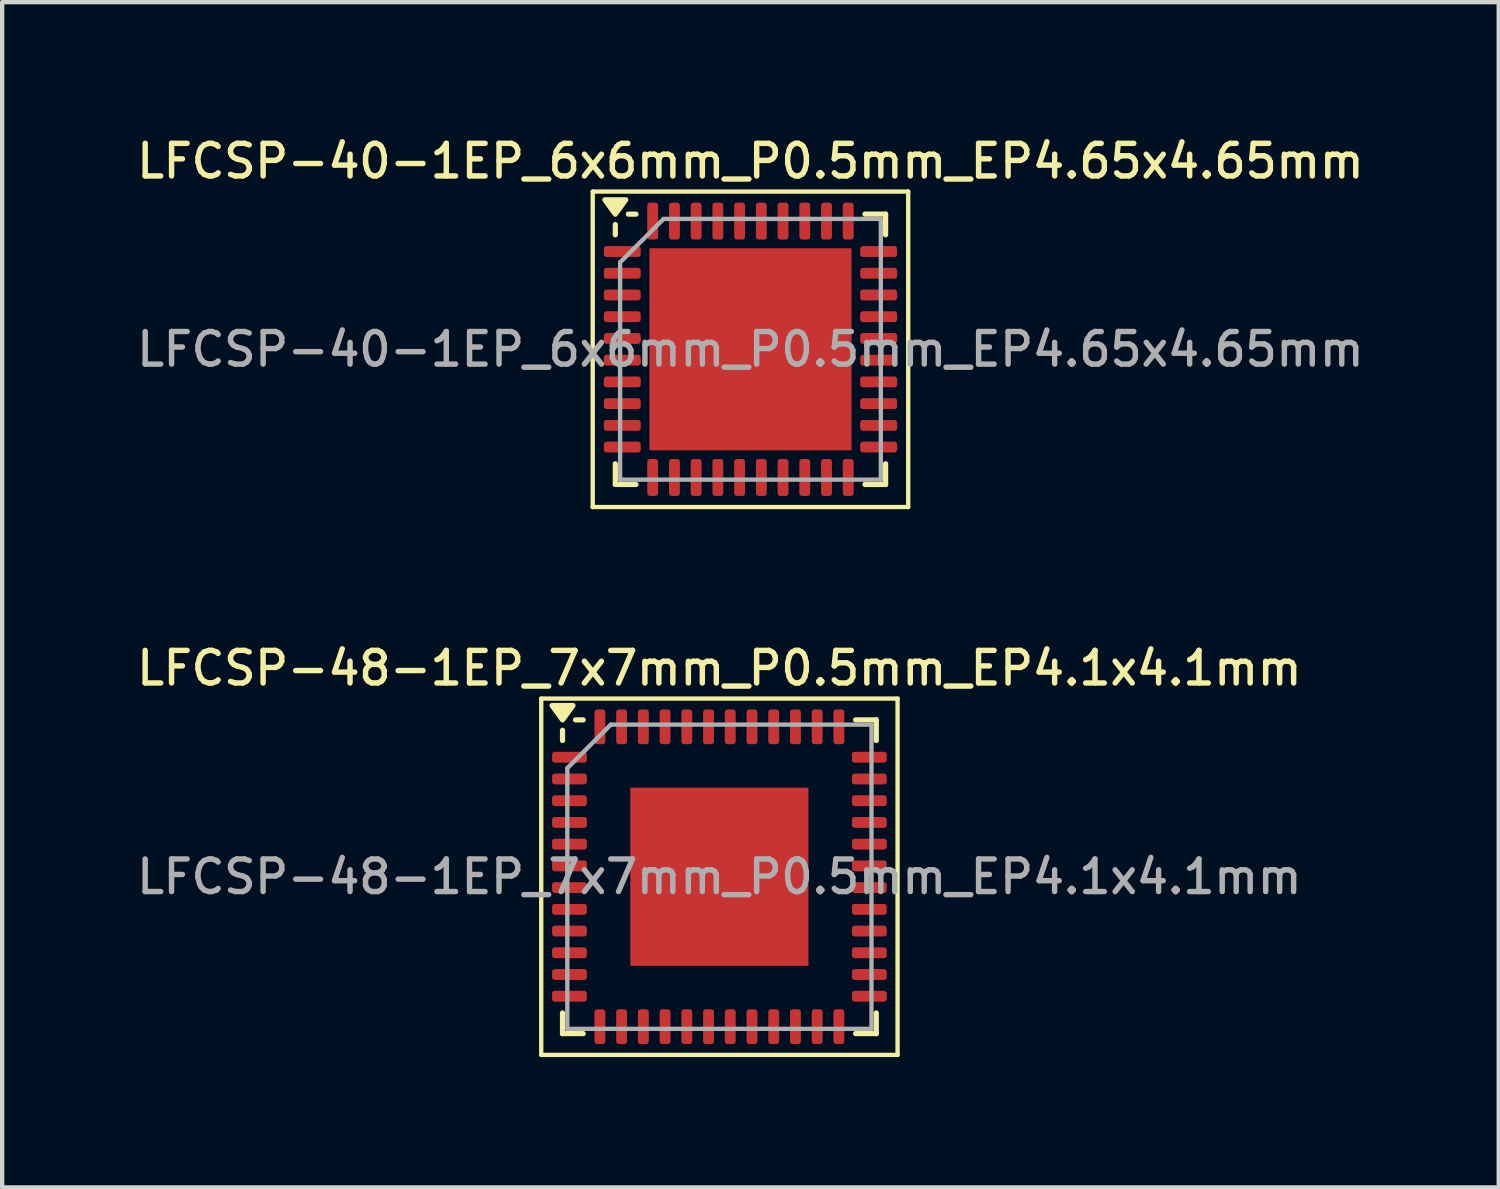
<source format=kicad_pcb>
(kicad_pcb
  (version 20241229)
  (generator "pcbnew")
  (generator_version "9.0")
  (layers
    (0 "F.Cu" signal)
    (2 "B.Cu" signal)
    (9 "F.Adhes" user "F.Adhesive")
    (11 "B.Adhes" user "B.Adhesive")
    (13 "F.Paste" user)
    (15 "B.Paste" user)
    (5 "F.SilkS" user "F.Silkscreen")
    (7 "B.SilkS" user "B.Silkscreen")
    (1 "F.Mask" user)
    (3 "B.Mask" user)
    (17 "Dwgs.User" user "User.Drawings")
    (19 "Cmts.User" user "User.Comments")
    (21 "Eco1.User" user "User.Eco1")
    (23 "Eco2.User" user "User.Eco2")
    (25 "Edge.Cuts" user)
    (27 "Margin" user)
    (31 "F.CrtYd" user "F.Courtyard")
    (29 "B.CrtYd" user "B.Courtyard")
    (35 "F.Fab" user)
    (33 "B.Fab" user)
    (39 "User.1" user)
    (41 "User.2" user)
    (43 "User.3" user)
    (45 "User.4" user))
  (footprint "LFCSP-40-1EP_6x6mm_P0.5mm_EP4.65x4.65mm"
    (layer "F.Cu")
    (at 14.22 4.988)
    (property "Reference" "LFCSP-40-1EP_6x6mm_P0.5mm_EP4.65x4.65mm" (at 0 -4.33 0) (layer "F.SilkS") (effects (font (size 0.75 0.75) (thickness 0.125))))
    (attr smd)
    (fp_line (start -3.63 -3.63) (end -3.63 3.63) (stroke (width 0.1) (type solid)) (layer "F.SilkS"))
    (fp_line (start -3.63 3.63) (end 3.63 3.63) (stroke (width 0.1) (type solid)) (layer "F.SilkS"))
    (fp_line (start -3.11 -2.635) (end -3.11 -2.87) (stroke (width 0.12) (type solid)) (layer "F.SilkS"))
    (fp_line (start -3.11 3.11) (end -3.11 2.635) (stroke (width 0.12) (type solid)) (layer "F.SilkS"))
    (fp_line (start -2.635 -3.11) (end -2.81 -3.11) (stroke (width 0.12) (type solid)) (layer "F.SilkS"))
    (fp_line (start -2.635 3.11) (end -3.11 3.11) (stroke (width 0.12) (type solid)) (layer "F.SilkS"))
    (fp_line (start 2.635 -3.11) (end 3.11 -3.11) (stroke (width 0.12) (type solid)) (layer "F.SilkS"))
    (fp_line (start 2.635 3.11) (end 3.11 3.11) (stroke (width 0.12) (type solid)) (layer "F.SilkS"))
    (fp_line (start 3.11 -3.11) (end 3.11 -2.635) (stroke (width 0.12) (type solid)) (layer "F.SilkS"))
    (fp_line (start 3.11 3.11) (end 3.11 2.635) (stroke (width 0.12) (type solid)) (layer "F.SilkS"))
    (fp_line (start 3.63 -3.63) (end -3.63 -3.63) (stroke (width 0.1) (type solid)) (layer "F.SilkS"))
    (fp_line (start 3.63 3.63) (end 3.63 -3.63) (stroke (width 0.1) (type solid)) (layer "F.SilkS"))
    (fp_poly (pts (xy -3.11 -3.11) (xy -3.35 -3.44) (xy -2.87 -3.44) (xy -3.11 -3.11)) (stroke (width 0.12) (type solid)) (fill yes) (layer "F.SilkS"))
    (fp_line (start -3 -2) (end -2 -3) (stroke (width 0.1) (type solid)) (layer "F.Fab"))
    (fp_line (start -3 3) (end -3 -2) (stroke (width 0.1) (type solid)) (layer "F.Fab"))
    (fp_line (start -2 -3) (end 3 -3) (stroke (width 0.1) (type solid)) (layer "F.Fab"))
    (fp_line (start 3 -3) (end 3 3) (stroke (width 0.1) (type solid)) (layer "F.Fab"))
    (fp_line (start 3 3) (end -3 3) (stroke (width 0.1) (type solid)) (layer "F.Fab"))
    (fp_text user "${REFERENCE}" (at 0 0 0) (layer "F.Fab") (effects (font (size 0.75 0.75) (thickness 0.125))))
    (pad "" smd roundrect (at -1.16 -1.16) (size 1.87 1.87) (layers "F.Paste") (roundrect_rratio 0.134))
    (pad "" smd roundrect (at -1.16 1.16) (size 1.87 1.87) (layers "F.Paste") (roundrect_rratio 0.134))
    (pad "" smd roundrect (at 1.16 -1.16) (size 1.87 1.87) (layers "F.Paste") (roundrect_rratio 0.134))
    (pad "" smd roundrect (at 1.16 1.16) (size 1.87 1.87) (layers "F.Paste") (roundrect_rratio 0.134))
    (pad "1" smd roundrect (at -2.95 -2.25) (size 0.85 0.25) (layers "F.Cu" "F.Mask" "F.Paste") (roundrect_rratio 0.25))
    (pad "2" smd roundrect (at -2.95 -1.75) (size 0.85 0.25) (layers "F.Cu" "F.Mask" "F.Paste") (roundrect_rratio 0.25))
    (pad "3" smd roundrect (at -2.95 -1.25) (size 0.85 0.25) (layers "F.Cu" "F.Mask" "F.Paste") (roundrect_rratio 0.25))
    (pad "4" smd roundrect (at -2.95 -0.75) (size 0.85 0.25) (layers "F.Cu" "F.Mask" "F.Paste") (roundrect_rratio 0.25))
    (pad "5" smd roundrect (at -2.95 -0.25) (size 0.85 0.25) (layers "F.Cu" "F.Mask" "F.Paste") (roundrect_rratio 0.25))
    (pad "6" smd roundrect (at -2.95 0.25) (size 0.85 0.25) (layers "F.Cu" "F.Mask" "F.Paste") (roundrect_rratio 0.25))
    (pad "7" smd roundrect (at -2.95 0.75) (size 0.85 0.25) (layers "F.Cu" "F.Mask" "F.Paste") (roundrect_rratio 0.25))
    (pad "8" smd roundrect (at -2.95 1.25) (size 0.85 0.25) (layers "F.Cu" "F.Mask" "F.Paste") (roundrect_rratio 0.25))
    (pad "9" smd roundrect (at -2.95 1.75) (size 0.85 0.25) (layers "F.Cu" "F.Mask" "F.Paste") (roundrect_rratio 0.25))
    (pad "10" smd roundrect (at -2.95 2.25) (size 0.85 0.25) (layers "F.Cu" "F.Mask" "F.Paste") (roundrect_rratio 0.25))
    (pad "11" smd roundrect (at -2.25 2.95) (size 0.25 0.85) (layers "F.Cu" "F.Mask" "F.Paste") (roundrect_rratio 0.25))
    (pad "12" smd roundrect (at -1.75 2.95) (size 0.25 0.85) (layers "F.Cu" "F.Mask" "F.Paste") (roundrect_rratio 0.25))
    (pad "13" smd roundrect (at -1.25 2.95) (size 0.25 0.85) (layers "F.Cu" "F.Mask" "F.Paste") (roundrect_rratio 0.25))
    (pad "14" smd roundrect (at -0.75 2.95) (size 0.25 0.85) (layers "F.Cu" "F.Mask" "F.Paste") (roundrect_rratio 0.25))
    (pad "15" smd roundrect (at -0.25 2.95) (size 0.25 0.85) (layers "F.Cu" "F.Mask" "F.Paste") (roundrect_rratio 0.25))
    (pad "16" smd roundrect (at 0.25 2.95) (size 0.25 0.85) (layers "F.Cu" "F.Mask" "F.Paste") (roundrect_rratio 0.25))
    (pad "17" smd roundrect (at 0.75 2.95) (size 0.25 0.85) (layers "F.Cu" "F.Mask" "F.Paste") (roundrect_rratio 0.25))
    (pad "18" smd roundrect (at 1.25 2.95) (size 0.25 0.85) (layers "F.Cu" "F.Mask" "F.Paste") (roundrect_rratio 0.25))
    (pad "19" smd roundrect (at 1.75 2.95) (size 0.25 0.85) (layers "F.Cu" "F.Mask" "F.Paste") (roundrect_rratio 0.25))
    (pad "20" smd roundrect (at 2.25 2.95) (size 0.25 0.85) (layers "F.Cu" "F.Mask" "F.Paste") (roundrect_rratio 0.25))
    (pad "21" smd roundrect (at 2.95 2.25) (size 0.85 0.25) (layers "F.Cu" "F.Mask" "F.Paste") (roundrect_rratio 0.25))
    (pad "22" smd roundrect (at 2.95 1.75) (size 0.85 0.25) (layers "F.Cu" "F.Mask" "F.Paste") (roundrect_rratio 0.25))
    (pad "23" smd roundrect (at 2.95 1.25) (size 0.85 0.25) (layers "F.Cu" "F.Mask" "F.Paste") (roundrect_rratio 0.25))
    (pad "24" smd roundrect (at 2.95 0.75) (size 0.85 0.25) (layers "F.Cu" "F.Mask" "F.Paste") (roundrect_rratio 0.25))
    (pad "25" smd roundrect (at 2.95 0.25) (size 0.85 0.25) (layers "F.Cu" "F.Mask" "F.Paste") (roundrect_rratio 0.25))
    (pad "26" smd roundrect (at 2.95 -0.25) (size 0.85 0.25) (layers "F.Cu" "F.Mask" "F.Paste") (roundrect_rratio 0.25))
    (pad "27" smd roundrect (at 2.95 -0.75) (size 0.85 0.25) (layers "F.Cu" "F.Mask" "F.Paste") (roundrect_rratio 0.25))
    (pad "28" smd roundrect (at 2.95 -1.25) (size 0.85 0.25) (layers "F.Cu" "F.Mask" "F.Paste") (roundrect_rratio 0.25))
    (pad "29" smd roundrect (at 2.95 -1.75) (size 0.85 0.25) (layers "F.Cu" "F.Mask" "F.Paste") (roundrect_rratio 0.25))
    (pad "30" smd roundrect (at 2.95 -2.25) (size 0.85 0.25) (layers "F.Cu" "F.Mask" "F.Paste") (roundrect_rratio 0.25))
    (pad "31" smd roundrect (at 2.25 -2.95) (size 0.25 0.85) (layers "F.Cu" "F.Mask" "F.Paste") (roundrect_rratio 0.25))
    (pad "32" smd roundrect (at 1.75 -2.95) (size 0.25 0.85) (layers "F.Cu" "F.Mask" "F.Paste") (roundrect_rratio 0.25))
    (pad "33" smd roundrect (at 1.25 -2.95) (size 0.25 0.85) (layers "F.Cu" "F.Mask" "F.Paste") (roundrect_rratio 0.25))
    (pad "34" smd roundrect (at 0.75 -2.95) (size 0.25 0.85) (layers "F.Cu" "F.Mask" "F.Paste") (roundrect_rratio 0.25))
    (pad "35" smd roundrect (at 0.25 -2.95) (size 0.25 0.85) (layers "F.Cu" "F.Mask" "F.Paste") (roundrect_rratio 0.25))
    (pad "36" smd roundrect (at -0.25 -2.95) (size 0.25 0.85) (layers "F.Cu" "F.Mask" "F.Paste") (roundrect_rratio 0.25))
    (pad "37" smd roundrect (at -0.75 -2.95) (size 0.25 0.85) (layers "F.Cu" "F.Mask" "F.Paste") (roundrect_rratio 0.25))
    (pad "38" smd roundrect (at -1.25 -2.95) (size 0.25 0.85) (layers "F.Cu" "F.Mask" "F.Paste") (roundrect_rratio 0.25))
    (pad "39" smd roundrect (at -1.75 -2.95) (size 0.25 0.85) (layers "F.Cu" "F.Mask" "F.Paste") (roundrect_rratio 0.25))
    (pad "40" smd roundrect (at -2.25 -2.95) (size 0.25 0.85) (layers "F.Cu" "F.Mask" "F.Paste") (roundrect_rratio 0.25))
    (pad "41" smd rect (at 0 0) (size 4.65 4.65) (property pad_prop_heatsink) (layers "F.Cu" "F.Mask")))
  (footprint "LFCSP-48-1EP_7x7mm_P0.5mm_EP4.1x4.1mm"
    (layer "F.Cu")
    (at 13.505 17.126)
    (property "Reference" "LFCSP-48-1EP_7x7mm_P0.5mm_EP4.1x4.1mm" (at 0 -4.8 0) (layer "F.SilkS") (effects (font (size 0.75 0.75) (thickness 0.125))))
    (attr smd)
    (fp_line (start -4.1 -4.1) (end -4.1 4.1) (stroke (width 0.1) (type solid)) (layer "F.SilkS"))
    (fp_line (start -4.1 4.1) (end 4.1 4.1) (stroke (width 0.1) (type solid)) (layer "F.SilkS"))
    (fp_line (start -3.61 -3.135) (end -3.61 -3.37) (stroke (width 0.12) (type solid)) (layer "F.SilkS"))
    (fp_line (start -3.61 3.61) (end -3.61 3.135) (stroke (width 0.12) (type solid)) (layer "F.SilkS"))
    (fp_line (start -3.135 -3.61) (end -3.31 -3.61) (stroke (width 0.12) (type solid)) (layer "F.SilkS"))
    (fp_line (start -3.135 3.61) (end -3.61 3.61) (stroke (width 0.12) (type solid)) (layer "F.SilkS"))
    (fp_line (start 3.135 -3.61) (end 3.61 -3.61) (stroke (width 0.12) (type solid)) (layer "F.SilkS"))
    (fp_line (start 3.135 3.61) (end 3.61 3.61) (stroke (width 0.12) (type solid)) (layer "F.SilkS"))
    (fp_line (start 3.61 -3.61) (end 3.61 -3.135) (stroke (width 0.12) (type solid)) (layer "F.SilkS"))
    (fp_line (start 3.61 3.61) (end 3.61 3.135) (stroke (width 0.12) (type solid)) (layer "F.SilkS"))
    (fp_line (start 4.1 -4.1) (end -4.1 -4.1) (stroke (width 0.1) (type solid)) (layer "F.SilkS"))
    (fp_line (start 4.1 4.1) (end 4.1 -4.1) (stroke (width 0.1) (type solid)) (layer "F.SilkS"))
    (fp_poly (pts (xy -3.61 -3.61) (xy -3.85 -3.94) (xy -3.37 -3.94) (xy -3.61 -3.61)) (stroke (width 0.12) (type solid)) (fill yes) (layer "F.SilkS"))
    (fp_line (start -3.5 -2.5) (end -2.5 -3.5) (stroke (width 0.1) (type solid)) (layer "F.Fab"))
    (fp_line (start -3.5 3.5) (end -3.5 -2.5) (stroke (width 0.1) (type solid)) (layer "F.Fab"))
    (fp_line (start -2.5 -3.5) (end 3.5 -3.5) (stroke (width 0.1) (type solid)) (layer "F.Fab"))
    (fp_line (start 3.5 -3.5) (end 3.5 3.5) (stroke (width 0.1) (type solid)) (layer "F.Fab"))
    (fp_line (start 3.5 3.5) (end -3.5 3.5) (stroke (width 0.1) (type solid)) (layer "F.Fab"))
    (fp_text user "${REFERENCE}" (at 0 0 0) (layer "F.Fab") (effects (font (size 0.75 0.75) (thickness 0.125))))
    (pad "" smd roundrect (at -1.37 -1.37) (size 1.1 1.1) (layers "F.Paste") (roundrect_rratio 0.227))
    (pad "" smd roundrect (at -1.37 0) (size 1.1 1.1) (layers "F.Paste") (roundrect_rratio 0.227))
    (pad "" smd roundrect (at -1.37 1.37) (size 1.1 1.1) (layers "F.Paste") (roundrect_rratio 0.227))
    (pad "" smd roundrect (at 0 -1.37) (size 1.1 1.1) (layers "F.Paste") (roundrect_rratio 0.227))
    (pad "" smd roundrect (at 0 0) (size 1.1 1.1) (layers "F.Paste") (roundrect_rratio 0.227))
    (pad "" smd roundrect (at 0 1.37) (size 1.1 1.1) (layers "F.Paste") (roundrect_rratio 0.227))
    (pad "" smd roundrect (at 1.37 -1.37) (size 1.1 1.1) (layers "F.Paste") (roundrect_rratio 0.227))
    (pad "" smd roundrect (at 1.37 0) (size 1.1 1.1) (layers "F.Paste") (roundrect_rratio 0.227))
    (pad "" smd roundrect (at 1.37 1.37) (size 1.1 1.1) (layers "F.Paste") (roundrect_rratio 0.227))
    (pad "1" smd roundrect (at -3.45 -2.75) (size 0.8 0.25) (layers "F.Cu" "F.Mask" "F.Paste") (roundrect_rratio 0.25))
    (pad "2" smd roundrect (at -3.45 -2.25) (size 0.8 0.25) (layers "F.Cu" "F.Mask" "F.Paste") (roundrect_rratio 0.25))
    (pad "3" smd roundrect (at -3.45 -1.75) (size 0.8 0.25) (layers "F.Cu" "F.Mask" "F.Paste") (roundrect_rratio 0.25))
    (pad "4" smd roundrect (at -3.45 -1.25) (size 0.8 0.25) (layers "F.Cu" "F.Mask" "F.Paste") (roundrect_rratio 0.25))
    (pad "5" smd roundrect (at -3.45 -0.75) (size 0.8 0.25) (layers "F.Cu" "F.Mask" "F.Paste") (roundrect_rratio 0.25))
    (pad "6" smd roundrect (at -3.45 -0.25) (size 0.8 0.25) (layers "F.Cu" "F.Mask" "F.Paste") (roundrect_rratio 0.25))
    (pad "7" smd roundrect (at -3.45 0.25) (size 0.8 0.25) (layers "F.Cu" "F.Mask" "F.Paste") (roundrect_rratio 0.25))
    (pad "8" smd roundrect (at -3.45 0.75) (size 0.8 0.25) (layers "F.Cu" "F.Mask" "F.Paste") (roundrect_rratio 0.25))
    (pad "9" smd roundrect (at -3.45 1.25) (size 0.8 0.25) (layers "F.Cu" "F.Mask" "F.Paste") (roundrect_rratio 0.25))
    (pad "10" smd roundrect (at -3.45 1.75) (size 0.8 0.25) (layers "F.Cu" "F.Mask" "F.Paste") (roundrect_rratio 0.25))
    (pad "11" smd roundrect (at -3.45 2.25) (size 0.8 0.25) (layers "F.Cu" "F.Mask" "F.Paste") (roundrect_rratio 0.25))
    (pad "12" smd roundrect (at -3.45 2.75) (size 0.8 0.25) (layers "F.Cu" "F.Mask" "F.Paste") (roundrect_rratio 0.25))
    (pad "13" smd roundrect (at -2.75 3.45) (size 0.25 0.8) (layers "F.Cu" "F.Mask" "F.Paste") (roundrect_rratio 0.25))
    (pad "14" smd roundrect (at -2.25 3.45) (size 0.25 0.8) (layers "F.Cu" "F.Mask" "F.Paste") (roundrect_rratio 0.25))
    (pad "15" smd roundrect (at -1.75 3.45) (size 0.25 0.8) (layers "F.Cu" "F.Mask" "F.Paste") (roundrect_rratio 0.25))
    (pad "16" smd roundrect (at -1.25 3.45) (size 0.25 0.8) (layers "F.Cu" "F.Mask" "F.Paste") (roundrect_rratio 0.25))
    (pad "17" smd roundrect (at -0.75 3.45) (size 0.25 0.8) (layers "F.Cu" "F.Mask" "F.Paste") (roundrect_rratio 0.25))
    (pad "18" smd roundrect (at -0.25 3.45) (size 0.25 0.8) (layers "F.Cu" "F.Mask" "F.Paste") (roundrect_rratio 0.25))
    (pad "19" smd roundrect (at 0.25 3.45) (size 0.25 0.8) (layers "F.Cu" "F.Mask" "F.Paste") (roundrect_rratio 0.25))
    (pad "20" smd roundrect (at 0.75 3.45) (size 0.25 0.8) (layers "F.Cu" "F.Mask" "F.Paste") (roundrect_rratio 0.25))
    (pad "21" smd roundrect (at 1.25 3.45) (size 0.25 0.8) (layers "F.Cu" "F.Mask" "F.Paste") (roundrect_rratio 0.25))
    (pad "22" smd roundrect (at 1.75 3.45) (size 0.25 0.8) (layers "F.Cu" "F.Mask" "F.Paste") (roundrect_rratio 0.25))
    (pad "23" smd roundrect (at 2.25 3.45) (size 0.25 0.8) (layers "F.Cu" "F.Mask" "F.Paste") (roundrect_rratio 0.25))
    (pad "24" smd roundrect (at 2.75 3.45) (size 0.25 0.8) (layers "F.Cu" "F.Mask" "F.Paste") (roundrect_rratio 0.25))
    (pad "25" smd roundrect (at 3.45 2.75) (size 0.8 0.25) (layers "F.Cu" "F.Mask" "F.Paste") (roundrect_rratio 0.25))
    (pad "26" smd roundrect (at 3.45 2.25) (size 0.8 0.25) (layers "F.Cu" "F.Mask" "F.Paste") (roundrect_rratio 0.25))
    (pad "27" smd roundrect (at 3.45 1.75) (size 0.8 0.25) (layers "F.Cu" "F.Mask" "F.Paste") (roundrect_rratio 0.25))
    (pad "28" smd roundrect (at 3.45 1.25) (size 0.8 0.25) (layers "F.Cu" "F.Mask" "F.Paste") (roundrect_rratio 0.25))
    (pad "29" smd roundrect (at 3.45 0.75) (size 0.8 0.25) (layers "F.Cu" "F.Mask" "F.Paste") (roundrect_rratio 0.25))
    (pad "30" smd roundrect (at 3.45 0.25) (size 0.8 0.25) (layers "F.Cu" "F.Mask" "F.Paste") (roundrect_rratio 0.25))
    (pad "31" smd roundrect (at 3.45 -0.25) (size 0.8 0.25) (layers "F.Cu" "F.Mask" "F.Paste") (roundrect_rratio 0.25))
    (pad "32" smd roundrect (at 3.45 -0.75) (size 0.8 0.25) (layers "F.Cu" "F.Mask" "F.Paste") (roundrect_rratio 0.25))
    (pad "33" smd roundrect (at 3.45 -1.25) (size 0.8 0.25) (layers "F.Cu" "F.Mask" "F.Paste") (roundrect_rratio 0.25))
    (pad "34" smd roundrect (at 3.45 -1.75) (size 0.8 0.25) (layers "F.Cu" "F.Mask" "F.Paste") (roundrect_rratio 0.25))
    (pad "35" smd roundrect (at 3.45 -2.25) (size 0.8 0.25) (layers "F.Cu" "F.Mask" "F.Paste") (roundrect_rratio 0.25))
    (pad "36" smd roundrect (at 3.45 -2.75) (size 0.8 0.25) (layers "F.Cu" "F.Mask" "F.Paste") (roundrect_rratio 0.25))
    (pad "37" smd roundrect (at 2.75 -3.45) (size 0.25 0.8) (layers "F.Cu" "F.Mask" "F.Paste") (roundrect_rratio 0.25))
    (pad "38" smd roundrect (at 2.25 -3.45) (size 0.25 0.8) (layers "F.Cu" "F.Mask" "F.Paste") (roundrect_rratio 0.25))
    (pad "39" smd roundrect (at 1.75 -3.45) (size 0.25 0.8) (layers "F.Cu" "F.Mask" "F.Paste") (roundrect_rratio 0.25))
    (pad "40" smd roundrect (at 1.25 -3.45) (size 0.25 0.8) (layers "F.Cu" "F.Mask" "F.Paste") (roundrect_rratio 0.25))
    (pad "41" smd roundrect (at 0.75 -3.45) (size 0.25 0.8) (layers "F.Cu" "F.Mask" "F.Paste") (roundrect_rratio 0.25))
    (pad "42" smd roundrect (at 0.25 -3.45) (size 0.25 0.8) (layers "F.Cu" "F.Mask" "F.Paste") (roundrect_rratio 0.25))
    (pad "43" smd roundrect (at -0.25 -3.45) (size 0.25 0.8) (layers "F.Cu" "F.Mask" "F.Paste") (roundrect_rratio 0.25))
    (pad "44" smd roundrect (at -0.75 -3.45) (size 0.25 0.8) (layers "F.Cu" "F.Mask" "F.Paste") (roundrect_rratio 0.25))
    (pad "45" smd roundrect (at -1.25 -3.45) (size 0.25 0.8) (layers "F.Cu" "F.Mask" "F.Paste") (roundrect_rratio 0.25))
    (pad "46" smd roundrect (at -1.75 -3.45) (size 0.25 0.8) (layers "F.Cu" "F.Mask" "F.Paste") (roundrect_rratio 0.25))
    (pad "47" smd roundrect (at -2.25 -3.45) (size 0.25 0.8) (layers "F.Cu" "F.Mask" "F.Paste") (roundrect_rratio 0.25))
    (pad "48" smd roundrect (at -2.75 -3.45) (size 0.25 0.8) (layers "F.Cu" "F.Mask" "F.Paste") (roundrect_rratio 0.25))
    (pad "49" smd rect (at 0 0) (size 4.1 4.1) (property pad_prop_heatsink) (layers "F.Cu" "F.Mask")))
  (gr_rect
    (start -3 -3)
    (end 31.439 24.276)
    (stroke (width 0.1) (type default))
    (fill no)
    (layer "Edge.Cuts")))
</source>
